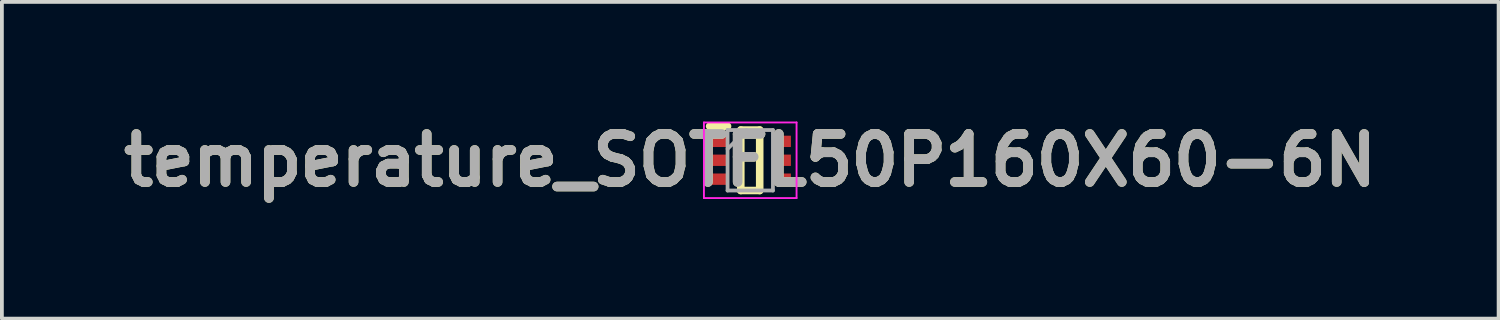
<source format=kicad_pcb>
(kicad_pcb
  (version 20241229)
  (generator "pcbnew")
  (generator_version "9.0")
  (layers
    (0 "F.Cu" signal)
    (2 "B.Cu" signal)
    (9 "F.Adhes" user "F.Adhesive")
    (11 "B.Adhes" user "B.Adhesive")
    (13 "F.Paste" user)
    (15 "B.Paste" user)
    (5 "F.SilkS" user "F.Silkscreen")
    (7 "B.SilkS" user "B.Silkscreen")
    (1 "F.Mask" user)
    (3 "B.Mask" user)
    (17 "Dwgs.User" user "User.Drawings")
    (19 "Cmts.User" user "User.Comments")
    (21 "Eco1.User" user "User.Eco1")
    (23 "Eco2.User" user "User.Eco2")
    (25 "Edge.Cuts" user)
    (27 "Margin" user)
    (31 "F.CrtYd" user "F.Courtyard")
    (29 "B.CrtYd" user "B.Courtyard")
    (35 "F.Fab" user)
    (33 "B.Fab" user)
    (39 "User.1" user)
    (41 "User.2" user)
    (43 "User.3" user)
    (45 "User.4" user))
  (footprint "temperature_SOTFL50P160X60-6N"
    (layer "F.Cu")
    (at 16.794 1.189)
    (property "Reference" "temperature_SOTFL50P160X60-6N" (at 0 0 0) (layer "F.SilkS") (effects (font (size 1.27 1.27) (thickness 0.254))))
    (attr smd)
    (fp_line (start -1.075 -0.9) (end -0.6 -0.9) (stroke (width 0.2) (type solid)) (layer "F.SilkS"))
    (fp_line (start -0.25 -0.8) (end 0.25 -0.8) (stroke (width 0.2) (type solid)) (layer "F.SilkS"))
    (fp_line (start -0.25 0.8) (end -0.25 -0.8) (stroke (width 0.2) (type solid)) (layer "F.SilkS"))
    (fp_line (start 0.25 -0.8) (end 0.25 0.8) (stroke (width 0.2) (type solid)) (layer "F.SilkS"))
    (fp_line (start 0.25 0.8) (end -0.25 0.8) (stroke (width 0.2) (type solid)) (layer "F.SilkS"))
    (fp_line (start -1.225 -1) (end 1.225 -1) (stroke (width 0.05) (type solid)) (layer "F.CrtYd"))
    (fp_line (start -1.225 1) (end -1.225 -1) (stroke (width 0.05) (type solid)) (layer "F.CrtYd"))
    (fp_line (start 1.225 -1) (end 1.225 1) (stroke (width 0.05) (type solid)) (layer "F.CrtYd"))
    (fp_line (start 1.225 1) (end -1.225 1) (stroke (width 0.05) (type solid)) (layer "F.CrtYd"))
    (fp_line (start -0.6 -0.8) (end 0.6 -0.8) (stroke (width 0.1) (type solid)) (layer "F.Fab"))
    (fp_line (start -0.6 -0.3) (end -0.1 -0.8) (stroke (width 0.1) (type solid)) (layer "F.Fab"))
    (fp_line (start -0.6 0.8) (end -0.6 -0.8) (stroke (width 0.1) (type solid)) (layer "F.Fab"))
    (fp_line (start 0.6 -0.8) (end 0.6 0.8) (stroke (width 0.1) (type solid)) (layer "F.Fab"))
    (fp_line (start 0.6 0.8) (end -0.6 0.8) (stroke (width 0.1) (type solid)) (layer "F.Fab"))
    (fp_text user "${REFERENCE}" (at 0 0 0) (layer "F.Fab") (effects (font (size 1.27 1.27) (thickness 0.254))))
    (pad "1" smd rect (at -0.838 -0.5 90) (size 0.3 0.475) (layers "F.Cu" "F.Mask" "F.Paste"))
    (pad "2" smd rect (at -0.838 0 90) (size 0.3 0.475) (layers "F.Cu" "F.Mask" "F.Paste"))
    (pad "3" smd rect (at -0.838 0.5 90) (size 0.3 0.475) (layers "F.Cu" "F.Mask" "F.Paste"))
    (pad "4" smd rect (at 0.838 0.5 90) (size 0.3 0.475) (layers "F.Cu" "F.Mask" "F.Paste"))
    (pad "5" smd rect (at 0.838 0 90) (size 0.3 0.475) (layers "F.Cu" "F.Mask" "F.Paste"))
    (pad "6" smd rect (at 0.838 -0.5 90) (size 0.3 0.475) (layers "F.Cu" "F.Mask" "F.Paste")))
  (gr_rect
    (start -3 -3)
    (end 36.588 5.377)
    (stroke (width 0.1) (type default))
    (fill no)
    (layer "Edge.Cuts")))
</source>
